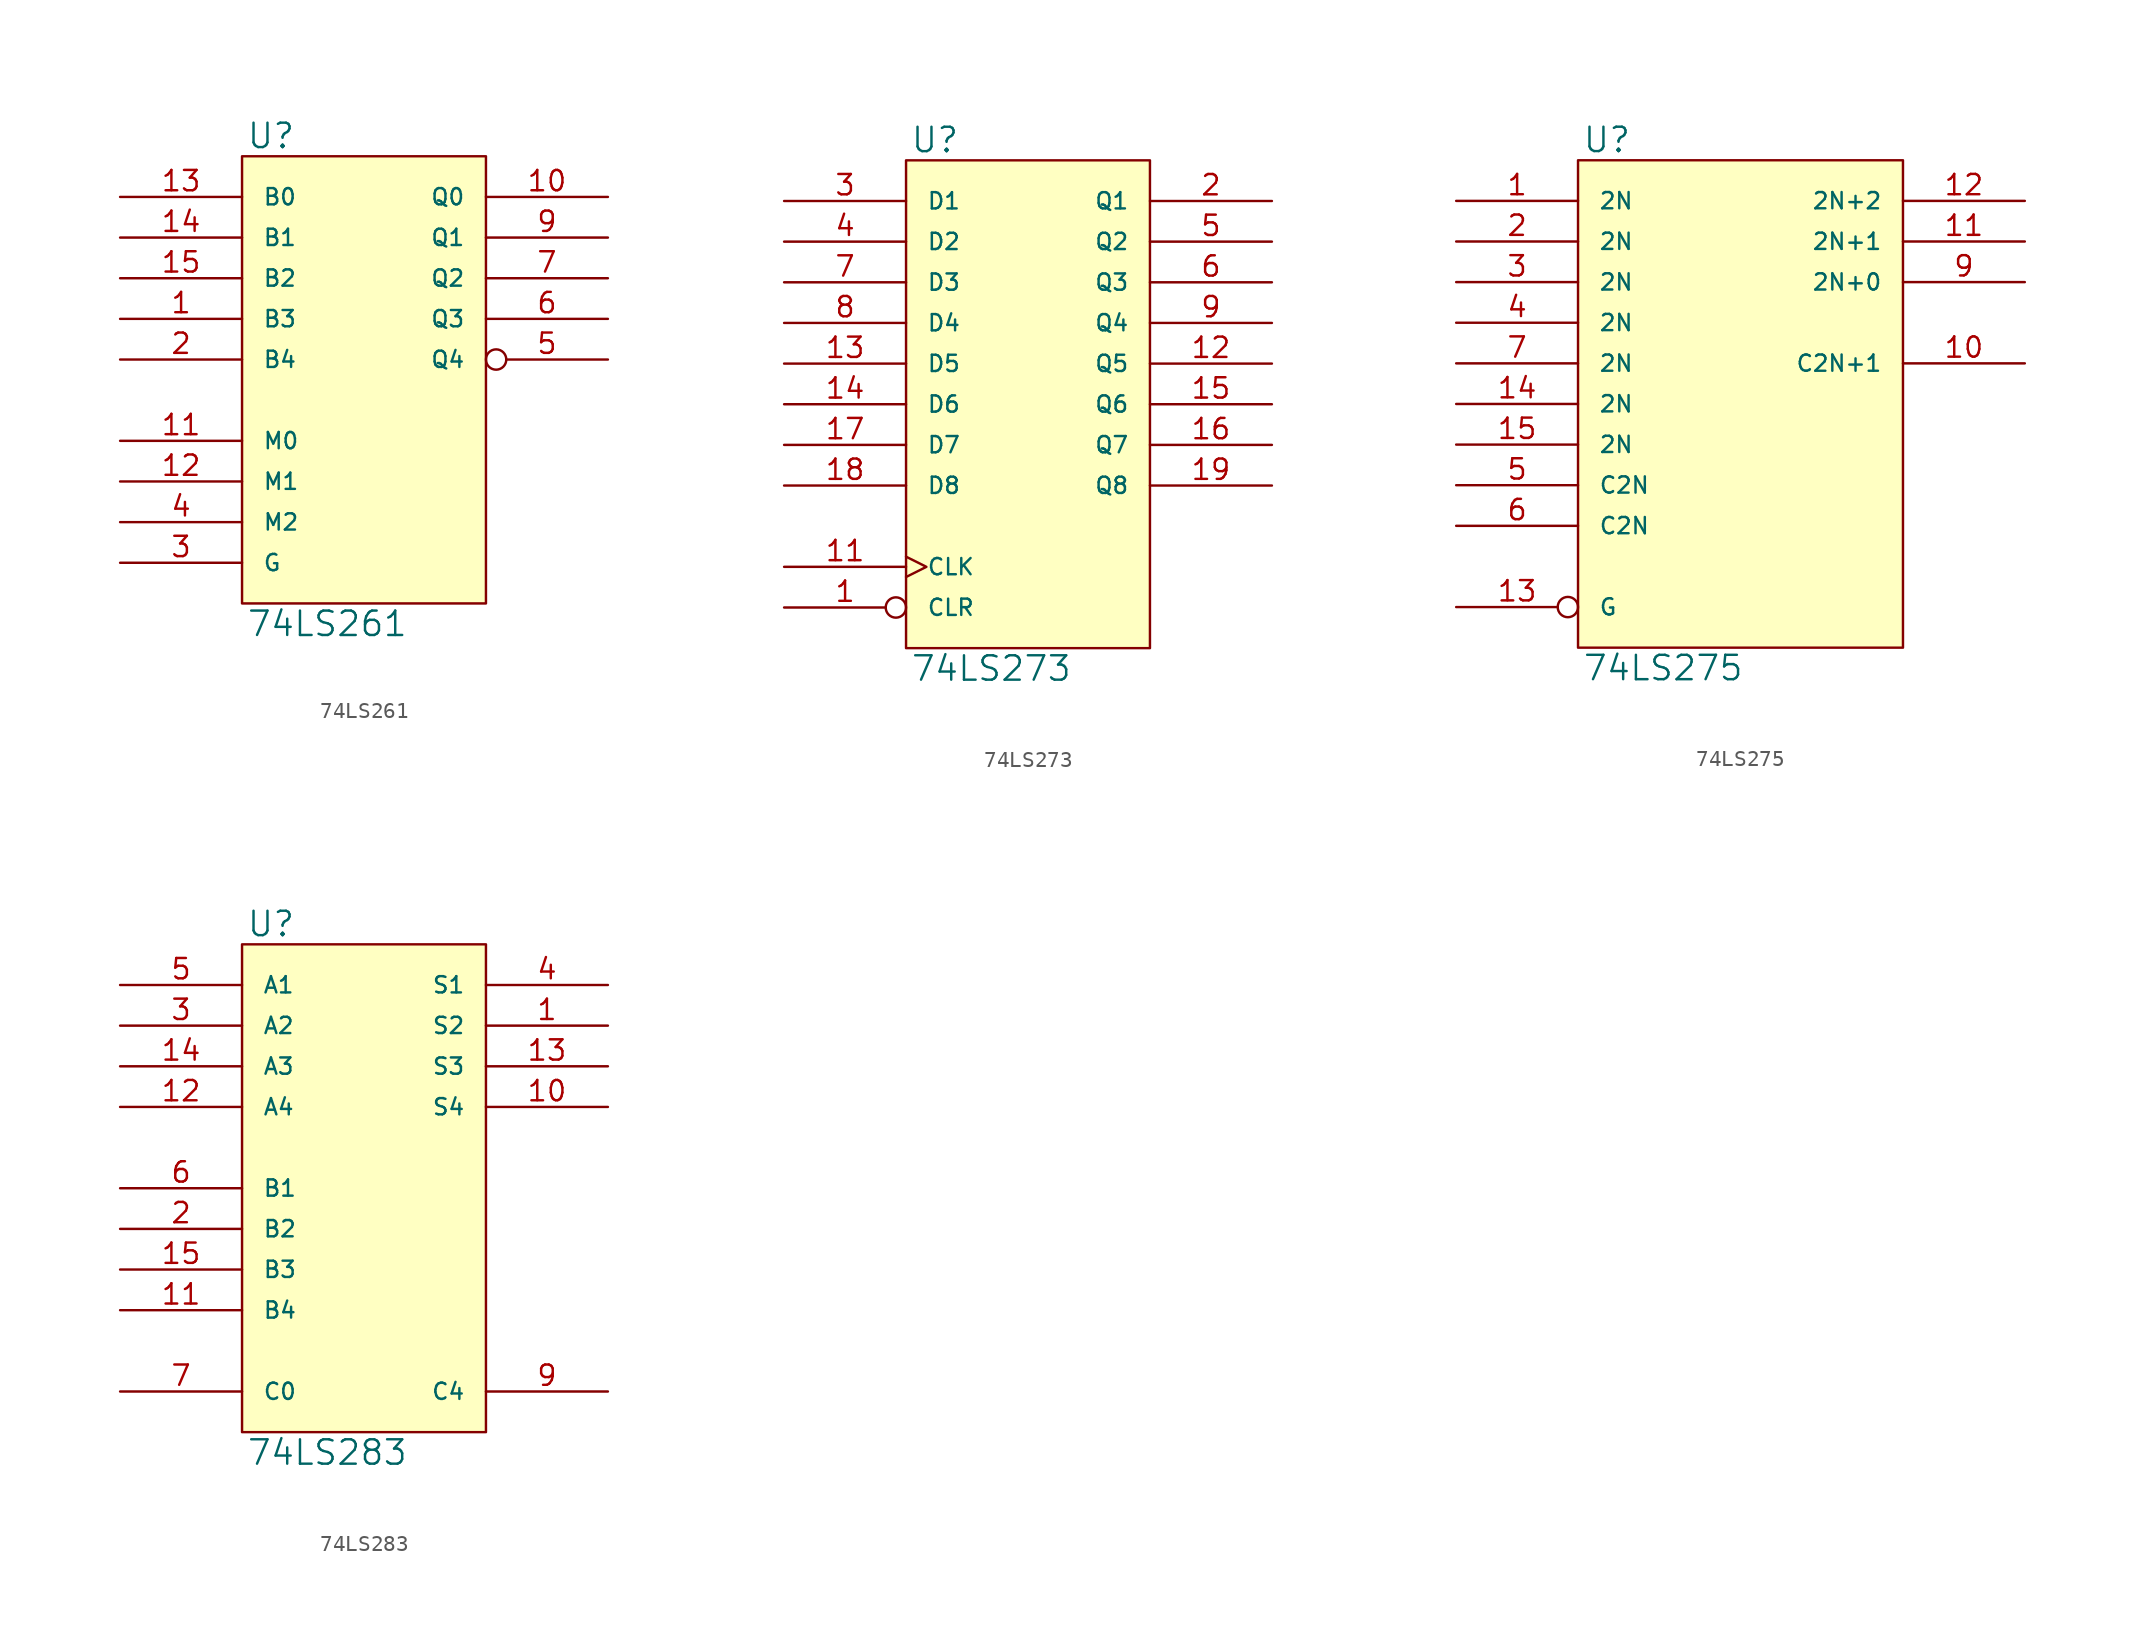
<source format=kicad_sym>
(kicad_symbol_lib
  (version 20231120)
  (generator "kicad_symbol_editor")
  (generator_version "8.0")
  (symbol "74LS261"
    (pin_names
      (offset 1.27))
    (property "Reference" "U"
      (at 0.254 0.381 0)
      (effects (font (size 1.524 1.524)) (justify left bottom)))
    (property "Value" "74LS261"
      (at 0.254 -28.321 0)
      (effects (font (size 1.524 1.524)) (justify left top)))
    (symbol "74LS261_0_1"
      (rectangle (start 0 0) (end 15.24 -27.94) (stroke (width 0) (type solid)) (fill (type background))))
    (symbol "74LS261_1_1"
      (pin input line (at -7.62 -10.16 0) (length 7.62) (name "B3" (effects (font (size 1.016 1.016)))) (number "1" (effects (font (size 1.27 1.27)))))
      (pin output line (at 22.86 -2.54 180) (length 7.62) (name "Q0" (effects (font (size 1.016 1.016)))) (number "10" (effects (font (size 1.27 1.27)))))
      (pin input line (at -7.62 -17.78 0) (length 7.62) (name "M0" (effects (font (size 1.016 1.016)))) (number "11" (effects (font (size 1.27 1.27)))))
      (pin input line (at -7.62 -20.32 0) (length 7.62) (name "M1" (effects (font (size 1.016 1.016)))) (number "12" (effects (font (size 1.27 1.27)))))
      (pin input line (at -7.62 -2.54 0) (length 7.62) (name "B0" (effects (font (size 1.016 1.016)))) (number "13" (effects (font (size 1.27 1.27)))))
      (pin input line (at -7.62 -5.08 0) (length 7.62) (name "B1" (effects (font (size 1.016 1.016)))) (number "14" (effects (font (size 1.27 1.27)))))
      (pin input line (at -7.62 -7.62 0) (length 7.62) (name "B2" (effects (font (size 1.016 1.016)))) (number "15" (effects (font (size 1.27 1.27)))))
      (pin power_in line (at 0 0 270) (length 0) hide (name "VCC" (effects (font (size 1.016 1.016)))) (number "16" (effects (font (size 1.27 1.27)))))
      (pin input line (at -7.62 -12.7 0) (length 7.62) (name "B4" (effects (font (size 1.016 1.016)))) (number "2" (effects (font (size 1.27 1.27)))))
      (pin input line (at -7.62 -25.4 0) (length 7.62) (name "G" (effects (font (size 1.016 1.016)))) (number "3" (effects (font (size 1.27 1.27)))))
      (pin input line (at -7.62 -22.86 0) (length 7.62) (name "M2" (effects (font (size 1.016 1.016)))) (number "4" (effects (font (size 1.27 1.27)))))
      (pin output inverted (at 22.86 -12.7 180) (length 7.62) (name "Q4" (effects (font (size 1.016 1.016)))) (number "5" (effects (font (size 1.27 1.27)))))
      (pin output line (at 22.86 -10.16 180) (length 7.62) (name "Q3" (effects (font (size 1.016 1.016)))) (number "6" (effects (font (size 1.27 1.27)))))
      (pin output line (at 22.86 -7.62 180) (length 7.62) (name "Q2" (effects (font (size 1.016 1.016)))) (number "7" (effects (font (size 1.27 1.27)))))
      (pin power_in line (at 0 -27.94 90) (length 0) hide (name "GND" (effects (font (size 1.016 1.016)))) (number "8" (effects (font (size 1.27 1.27)))))
      (pin output line (at 22.86 -5.08 180) (length 7.62) (name "Q1" (effects (font (size 1.016 1.016)))) (number "9" (effects (font (size 1.27 1.27)))))))
  (symbol "74LS273"
    (pin_names
      (offset 1.27))
    (property "Reference" "U"
      (at 0.254 0.381 0)
      (effects (font (size 1.524 1.524)) (justify left bottom)))
    (property "Value" "74LS273"
      (at 0.254 -30.861 0)
      (effects (font (size 1.524 1.524)) (justify left top)))
    (symbol "74LS273_0_1"
      (rectangle (start 0 0) (end 15.24 -30.48) (stroke (width 0) (type solid)) (fill (type background))))
    (symbol "74LS273_1_1"
      (pin input inverted (at -7.62 -27.94 0) (length 7.62) (name "CLR" (effects (font (size 1.016 1.016)))) (number "1" (effects (font (size 1.27 1.27)))))
      (pin power_in line (at 0 -30.48 90) (length 0) hide (name "GND" (effects (font (size 1.016 1.016)))) (number "10" (effects (font (size 1.27 1.27)))))
      (pin input clock (at -7.62 -25.4 0) (length 7.62) (name "CLK" (effects (font (size 1.016 1.016)))) (number "11" (effects (font (size 1.27 1.27)))))
      (pin output line (at 22.86 -12.7 180) (length 7.62) (name "Q5" (effects (font (size 1.016 1.016)))) (number "12" (effects (font (size 1.27 1.27)))))
      (pin input line (at -7.62 -12.7 0) (length 7.62) (name "D5" (effects (font (size 1.016 1.016)))) (number "13" (effects (font (size 1.27 1.27)))))
      (pin input line (at -7.62 -15.24 0) (length 7.62) (name "D6" (effects (font (size 1.016 1.016)))) (number "14" (effects (font (size 1.27 1.27)))))
      (pin output line (at 22.86 -15.24 180) (length 7.62) (name "Q6" (effects (font (size 1.016 1.016)))) (number "15" (effects (font (size 1.27 1.27)))))
      (pin output line (at 22.86 -17.78 180) (length 7.62) (name "Q7" (effects (font (size 1.016 1.016)))) (number "16" (effects (font (size 1.27 1.27)))))
      (pin input line (at -7.62 -17.78 0) (length 7.62) (name "D7" (effects (font (size 1.016 1.016)))) (number "17" (effects (font (size 1.27 1.27)))))
      (pin input line (at -7.62 -20.32 0) (length 7.62) (name "D8" (effects (font (size 1.016 1.016)))) (number "18" (effects (font (size 1.27 1.27)))))
      (pin output line (at 22.86 -20.32 180) (length 7.62) (name "Q8" (effects (font (size 1.016 1.016)))) (number "19" (effects (font (size 1.27 1.27)))))
      (pin output line (at 22.86 -2.54 180) (length 7.62) (name "Q1" (effects (font (size 1.016 1.016)))) (number "2" (effects (font (size 1.27 1.27)))))
      (pin power_in line (at 0 0 270) (length 0) hide (name "VCC" (effects (font (size 1.016 1.016)))) (number "20" (effects (font (size 1.27 1.27)))))
      (pin input line (at -7.62 -2.54 0) (length 7.62) (name "D1" (effects (font (size 1.016 1.016)))) (number "3" (effects (font (size 1.27 1.27)))))
      (pin input line (at -7.62 -5.08 0) (length 7.62) (name "D2" (effects (font (size 1.016 1.016)))) (number "4" (effects (font (size 1.27 1.27)))))
      (pin output line (at 22.86 -5.08 180) (length 7.62) (name "Q2" (effects (font (size 1.016 1.016)))) (number "5" (effects (font (size 1.27 1.27)))))
      (pin output line (at 22.86 -7.62 180) (length 7.62) (name "Q3" (effects (font (size 1.016 1.016)))) (number "6" (effects (font (size 1.27 1.27)))))
      (pin input line (at -7.62 -7.62 0) (length 7.62) (name "D3" (effects (font (size 1.016 1.016)))) (number "7" (effects (font (size 1.27 1.27)))))
      (pin input line (at -7.62 -10.16 0) (length 7.62) (name "D4" (effects (font (size 1.016 1.016)))) (number "8" (effects (font (size 1.27 1.27)))))
      (pin output line (at 22.86 -10.16 180) (length 7.62) (name "Q4" (effects (font (size 1.016 1.016)))) (number "9" (effects (font (size 1.27 1.27)))))))
  (symbol "74LS275"
    (pin_names
      (offset 1.27))
    (property "Reference" "U"
      (at 0.254 0.381 0)
      (effects (font (size 1.524 1.524)) (justify left bottom)))
    (property "Value" "74LS275"
      (at 0.254 -30.861 0)
      (effects (font (size 1.524 1.524)) (justify left top)))
    (symbol "74LS275_0_1"
      (rectangle (start 0 0) (end 20.32 -30.48) (stroke (width 0) (type solid)) (fill (type background))))
    (symbol "74LS275_1_1"
      (pin input line (at -7.62 -2.54 0) (length 7.62) (name "2N" (effects (font (size 1.016 1.016)))) (number "1" (effects (font (size 1.27 1.27)))))
      (pin tri_state line (at 27.94 -12.7 180) (length 7.62) (name "C2N+1" (effects (font (size 1.016 1.016)))) (number "10" (effects (font (size 1.27 1.27)))))
      (pin tri_state line (at 27.94 -5.08 180) (length 7.62) (name "2N+1" (effects (font (size 1.016 1.016)))) (number "11" (effects (font (size 1.27 1.27)))))
      (pin tri_state line (at 27.94 -2.54 180) (length 7.62) (name "2N+2" (effects (font (size 1.016 1.016)))) (number "12" (effects (font (size 1.27 1.27)))))
      (pin input inverted (at -7.62 -27.94 0) (length 7.62) (name "G" (effects (font (size 1.016 1.016)))) (number "13" (effects (font (size 1.27 1.27)))))
      (pin input line (at -7.62 -15.24 0) (length 7.62) (name "2N" (effects (font (size 1.016 1.016)))) (number "14" (effects (font (size 1.27 1.27)))))
      (pin input line (at -7.62 -17.78 0) (length 7.62) (name "2N" (effects (font (size 1.016 1.016)))) (number "15" (effects (font (size 1.27 1.27)))))
      (pin power_in line (at 0 0 270) (length 0) hide (name "VCC" (effects (font (size 1.016 1.016)))) (number "16" (effects (font (size 1.27 1.27)))))
      (pin input line (at -7.62 -5.08 0) (length 7.62) (name "2N" (effects (font (size 1.016 1.016)))) (number "2" (effects (font (size 1.27 1.27)))))
      (pin input line (at -7.62 -7.62 0) (length 7.62) (name "2N" (effects (font (size 1.016 1.016)))) (number "3" (effects (font (size 1.27 1.27)))))
      (pin input line (at -7.62 -10.16 0) (length 7.62) (name "2N" (effects (font (size 1.016 1.016)))) (number "4" (effects (font (size 1.27 1.27)))))
      (pin input line (at -7.62 -20.32 0) (length 7.62) (name "C2N" (effects (font (size 1.016 1.016)))) (number "5" (effects (font (size 1.27 1.27)))))
      (pin input line (at -7.62 -22.86 0) (length 7.62) (name "C2N" (effects (font (size 1.016 1.016)))) (number "6" (effects (font (size 1.27 1.27)))))
      (pin input line (at -7.62 -12.7 0) (length 7.62) (name "2N" (effects (font (size 1.016 1.016)))) (number "7" (effects (font (size 1.27 1.27)))))
      (pin power_in line (at 0 -30.48 90) (length 0) hide (name "GND" (effects (font (size 1.016 1.016)))) (number "8" (effects (font (size 1.27 1.27)))))
      (pin tri_state line (at 27.94 -7.62 180) (length 7.62) (name "2N+0" (effects (font (size 1.016 1.016)))) (number "9" (effects (font (size 1.27 1.27)))))))
  (symbol "74LS283"
    (pin_names
      (offset 1.27))
    (property "Reference" "U"
      (at 0.254 0.381 0)
      (effects (font (size 1.524 1.524)) (justify left bottom)))
    (property "Value" "74LS283"
      (at 0.254 -30.861 0)
      (effects (font (size 1.524 1.524)) (justify left top)))
    (symbol "74LS283_0_1"
      (rectangle (start 0 0) (end 15.24 -30.48) (stroke (width 0) (type solid)) (fill (type background))))
    (symbol "74LS283_1_1"
      (pin output line (at 22.86 -5.08 180) (length 7.62) (name "S2" (effects (font (size 1.016 1.016)))) (number "1" (effects (font (size 1.27 1.27)))))
      (pin output line (at 22.86 -10.16 180) (length 7.62) (name "S4" (effects (font (size 1.016 1.016)))) (number "10" (effects (font (size 1.27 1.27)))))
      (pin input line (at -7.62 -22.86 0) (length 7.62) (name "B4" (effects (font (size 1.016 1.016)))) (number "11" (effects (font (size 1.27 1.27)))))
      (pin input line (at -7.62 -10.16 0) (length 7.62) (name "A4" (effects (font (size 1.016 1.016)))) (number "12" (effects (font (size 1.27 1.27)))))
      (pin output line (at 22.86 -7.62 180) (length 7.62) (name "S3" (effects (font (size 1.016 1.016)))) (number "13" (effects (font (size 1.27 1.27)))))
      (pin input line (at -7.62 -7.62 0) (length 7.62) (name "A3" (effects (font (size 1.016 1.016)))) (number "14" (effects (font (size 1.27 1.27)))))
      (pin input line (at -7.62 -20.32 0) (length 7.62) (name "B3" (effects (font (size 1.016 1.016)))) (number "15" (effects (font (size 1.27 1.27)))))
      (pin power_in line (at 0 0 270) (length 0) hide (name "VCC" (effects (font (size 1.016 1.016)))) (number "16" (effects (font (size 1.27 1.27)))))
      (pin input line (at -7.62 -17.78 0) (length 7.62) (name "B2" (effects (font (size 1.016 1.016)))) (number "2" (effects (font (size 1.27 1.27)))))
      (pin input line (at -7.62 -5.08 0) (length 7.62) (name "A2" (effects (font (size 1.016 1.016)))) (number "3" (effects (font (size 1.27 1.27)))))
      (pin output line (at 22.86 -2.54 180) (length 7.62) (name "S1" (effects (font (size 1.016 1.016)))) (number "4" (effects (font (size 1.27 1.27)))))
      (pin input line (at -7.62 -2.54 0) (length 7.62) (name "A1" (effects (font (size 1.016 1.016)))) (number "5" (effects (font (size 1.27 1.27)))))
      (pin input line (at -7.62 -15.24 0) (length 7.62) (name "B1" (effects (font (size 1.016 1.016)))) (number "6" (effects (font (size 1.27 1.27)))))
      (pin input line (at -7.62 -27.94 0) (length 7.62) (name "C0" (effects (font (size 1.016 1.016)))) (number "7" (effects (font (size 1.27 1.27)))))
      (pin power_in line (at 0 -30.48 90) (length 0) hide (name "GND" (effects (font (size 1.016 1.016)))) (number "8" (effects (font (size 1.27 1.27)))))
      (pin output line (at 22.86 -27.94 180) (length 7.62) (name "C4" (effects (font (size 1.016 1.016)))) (number "9" (effects (font (size 1.27 1.27))))))))
</source>
